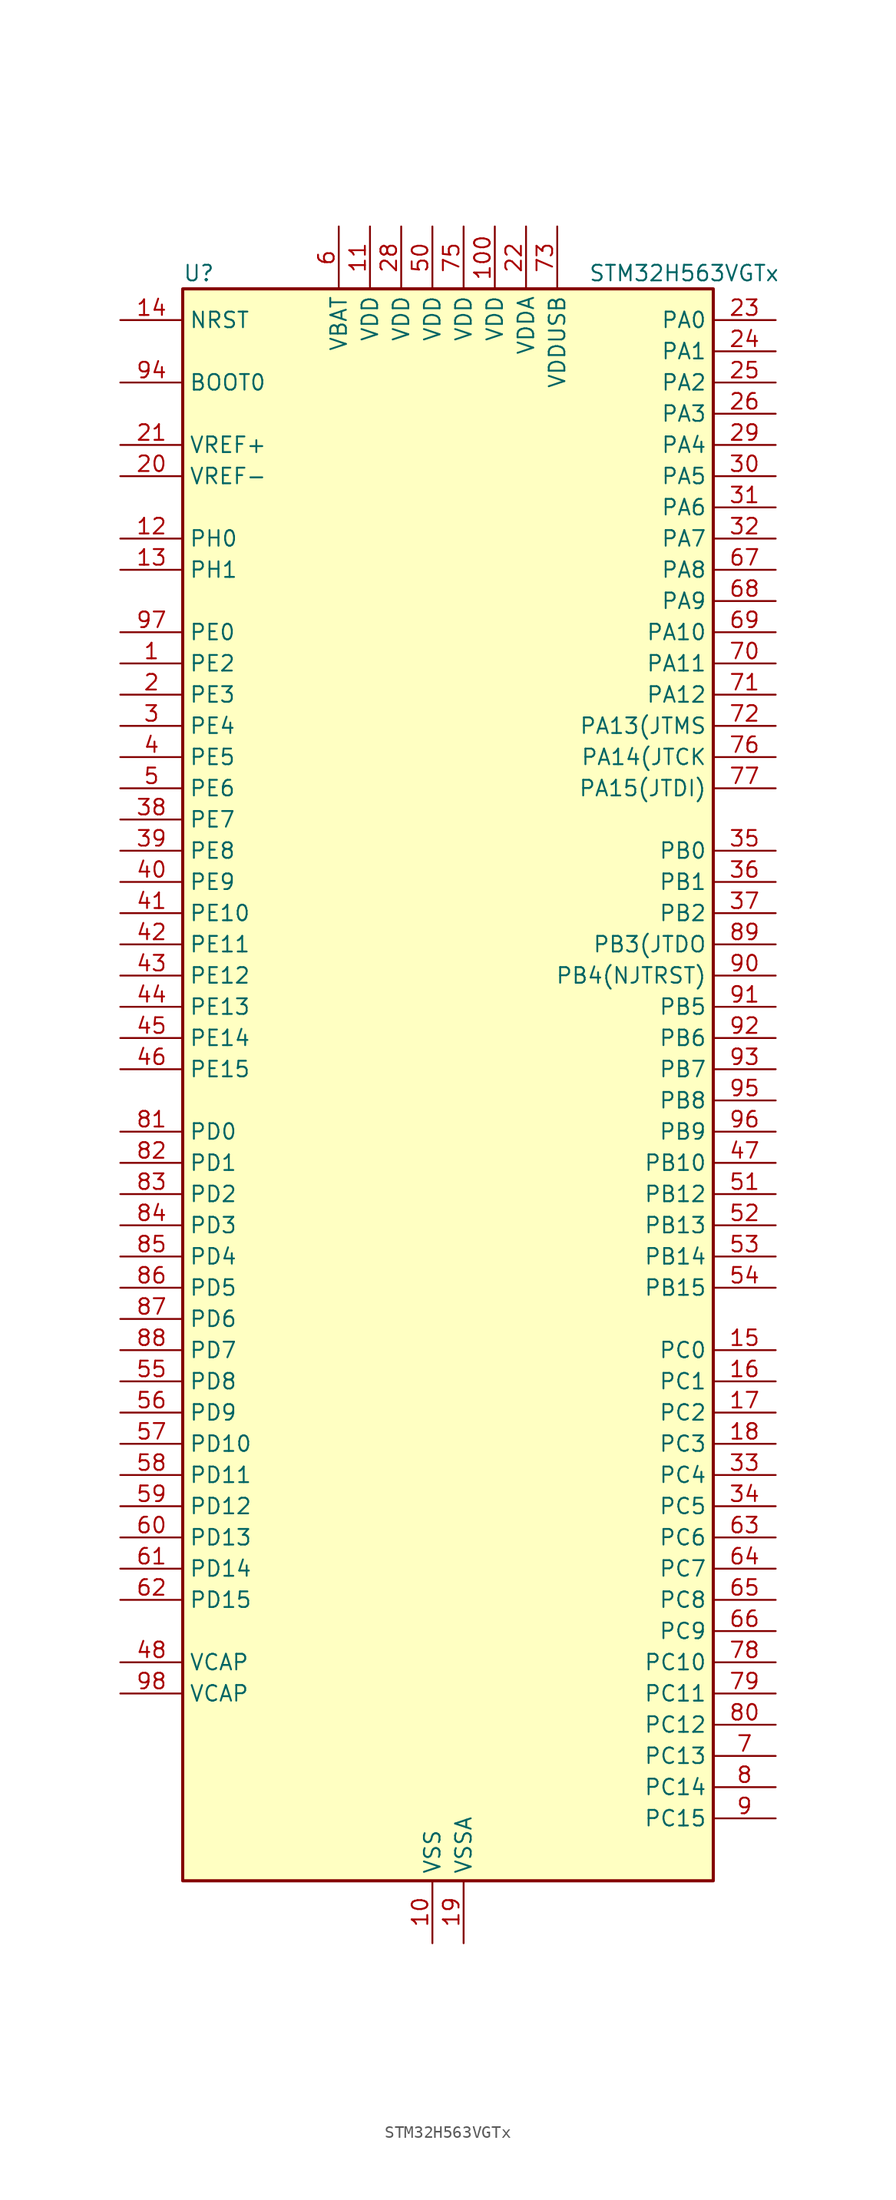
<source format=kicad_sym>
(kicad_symbol_lib
  (version 20231120)
  (generator "kicad-library-utils")
  (generator_version "8.0")
  (symbol "STM32H563VGTx"
    (property "Reference" "U"
      (at -20.32 67.31 0)
      (effects (font (size 1.27 1.27)) (justify left)))
    (property "Value" "STM32H563VGTx"
      (at 12.7 67.31 0)
      (effects (font (size 1.27 1.27)) (justify left)))
    (symbol "STM32H563VGTx_0_1"
      (rectangle (start -20.32 -63.5) (end 22.86 66.04) (stroke (width 0.254) (type default)) (fill (type background))))
    (symbol "STM32H563VGTx_1_1"
      (pin bidirectional line (at -25.4 35.56 0) (length 5.08) (name "PE2" (effects (font (size 1.27 1.27)))) (number "1" (effects (font (size 1.27 1.27)))) (alternate "DCMI_D3" bidirectional line) (alternate "DEBUG_TRACECLK" bidirectional line) (alternate "ETH_TXD3" bidirectional line) (alternate "FMC_A23" bidirectional line) (alternate "LPTIM1_IN2" bidirectional line) (alternate "OCTOSPI1_IO2" bidirectional line) (alternate "PSSI_D3" bidirectional line) (alternate "SAI1_CK1" bidirectional line) (alternate "SAI1_MCLK_A" bidirectional line) (alternate "SPI4_SCK" bidirectional line) (alternate "UART8_TX" bidirectional line) (alternate "USART10_RX" bidirectional line))
      (pin power_in line (at 0 -68.58 90) (length 5.08) (name "VSS" (effects (font (size 1.27 1.27)))) (number "10" (effects (font (size 1.27 1.27)))))
      (pin power_in line (at 5.08 71.12 270) (length 5.08) (name "VDD" (effects (font (size 1.27 1.27)))) (number "100" (effects (font (size 1.27 1.27)))))
      (pin power_in line (at -5.08 71.12 270) (length 5.08) (name "VDD" (effects (font (size 1.27 1.27)))) (number "11" (effects (font (size 1.27 1.27)))))
      (pin bidirectional line (at -25.4 45.72 0) (length 5.08) (name "PH0" (effects (font (size 1.27 1.27)))) (number "12" (effects (font (size 1.27 1.27)))) (alternate "RCC_OSC_IN" bidirectional line))
      (pin bidirectional line (at -25.4 43.18 0) (length 5.08) (name "PH1" (effects (font (size 1.27 1.27)))) (number "13" (effects (font (size 1.27 1.27)))) (alternate "RCC_OSC_OUT" bidirectional line))
      (pin input line (at -25.4 63.5 0) (length 5.08) (name "NRST" (effects (font (size 1.27 1.27)))) (number "14" (effects (font (size 1.27 1.27)))))
      (pin bidirectional line (at 27.94 -20.32 180) (length 5.08) (name "PC0" (effects (font (size 1.27 1.27)))) (number "15" (effects (font (size 1.27 1.27)))) (alternate "ADC1_INP10" bidirectional line) (alternate "ADC2_INP10" bidirectional line) (alternate "FMC_A25" bidirectional line) (alternate "FMC_SDNWE" bidirectional line) (alternate "OCTOSPI1_IO7" bidirectional line) (alternate "SAI1_MCLK_A" bidirectional line) (alternate "SAI2_FS_B" bidirectional line) (alternate "SPI2_RDY" bidirectional line) (alternate "TIM16_BKIN" bidirectional line))
      (pin bidirectional line (at 27.94 -22.86 180) (length 5.08) (name "PC1" (effects (font (size 1.27 1.27)))) (number "16" (effects (font (size 1.27 1.27)))) (alternate "ADC1_INN10" bidirectional line) (alternate "ADC1_INP11" bidirectional line) (alternate "ADC2_INN10" bidirectional line) (alternate "ADC2_INP11" bidirectional line) (alternate "DEBUG_TRACED0" bidirectional line) (alternate "ETH_MDC" bidirectional line) (alternate "I2S2_SDO" bidirectional line) (alternate "OCTOSPI1_IO4" bidirectional line) (alternate "PWR_WKUP6" bidirectional line) (alternate "SAI1_D1" bidirectional line) (alternate "SAI1_SD_A" bidirectional line) (alternate "SAI2_SD_A" bidirectional line) (alternate "SPI2_MOSI" bidirectional line) (alternate "TAMP_IN3" bidirectional line) (alternate "TAMP_OUT5" bidirectional line) (alternate "USART11_RTS" bidirectional line))
      (pin bidirectional line (at 27.94 -25.4 180) (length 5.08) (name "PC2" (effects (font (size 1.27 1.27)))) (number "17" (effects (font (size 1.27 1.27)))) (alternate "ADC1_INN11" bidirectional line) (alternate "ADC1_INP12" bidirectional line) (alternate "ADC2_INN11" bidirectional line) (alternate "ADC2_INP12" bidirectional line) (alternate "ETH_TXD2" bidirectional line) (alternate "FMC_SDNE0" bidirectional line) (alternate "I2S2_SDI" bidirectional line) (alternate "OCTOSPI1_IO2" bidirectional line) (alternate "OCTOSPI1_IO5" bidirectional line) (alternate "PWR_CSLEEP" bidirectional line) (alternate "SPI2_MISO" bidirectional line) (alternate "TIM17_CH1" bidirectional line) (alternate "TIM4_CH4" bidirectional line))
      (pin bidirectional line (at 27.94 -27.94 180) (length 5.08) (name "PC3" (effects (font (size 1.27 1.27)))) (number "18" (effects (font (size 1.27 1.27)))) (alternate "ADC1_INN12" bidirectional line) (alternate "ADC1_INP13" bidirectional line) (alternate "ADC2_INN12" bidirectional line) (alternate "ADC2_INP13" bidirectional line) (alternate "ETH_TX_CLK" bidirectional line) (alternate "FMC_SDCKE0" bidirectional line) (alternate "I2S2_SDO" bidirectional line) (alternate "LPTIM3_CH1" bidirectional line) (alternate "OCTOSPI1_IO0" bidirectional line) (alternate "OCTOSPI1_IO6" bidirectional line) (alternate "PWR_CSTOP" bidirectional line) (alternate "SAI1_D3" bidirectional line) (alternate "SPI2_MOSI" bidirectional line))
      (pin power_in line (at 2.54 -68.58 90) (length 5.08) (name "VSSA" (effects (font (size 1.27 1.27)))) (number "19" (effects (font (size 1.27 1.27)))))
      (pin bidirectional line (at -25.4 33.02 0) (length 5.08) (name "PE3" (effects (font (size 1.27 1.27)))) (number "2" (effects (font (size 1.27 1.27)))) (alternate "DEBUG_TRACED0" bidirectional line) (alternate "FMC_A19" bidirectional line) (alternate "SAI1_SD_B" bidirectional line) (alternate "TAMP_IN6" bidirectional line) (alternate "TAMP_OUT3" bidirectional line) (alternate "TIM15_BKIN" bidirectional line) (alternate "USART10_TX" bidirectional line))
      (pin input line (at -25.4 50.8 0) (length 5.08) (name "VREF-" (effects (font (size 1.27 1.27)))) (number "20" (effects (font (size 1.27 1.27)))))
      (pin input line (at -25.4 53.34 0) (length 5.08) (name "VREF+" (effects (font (size 1.27 1.27)))) (number "21" (effects (font (size 1.27 1.27)))))
      (pin power_in line (at 7.62 71.12 270) (length 5.08) (name "VDDA" (effects (font (size 1.27 1.27)))) (number "22" (effects (font (size 1.27 1.27)))))
      (pin bidirectional line (at 27.94 63.5 180) (length 5.08) (name "PA0" (effects (font (size 1.27 1.27)))) (number "23" (effects (font (size 1.27 1.27)))) (alternate "ADC1_INN1" bidirectional line) (alternate "ADC1_INP0" bidirectional line) (alternate "ADC2_INN1" bidirectional line) (alternate "ADC2_INP0" bidirectional line) (alternate "ETH_CRS" bidirectional line) (alternate "PWR_WKUP1" bidirectional line) (alternate "SAI2_SD_B" bidirectional line) (alternate "SPI3_RDY" bidirectional line) (alternate "SPI6_NSS" bidirectional line) (alternate "TAMP_IN2" bidirectional line) (alternate "TAMP_OUT1" bidirectional line) (alternate "TIM15_BKIN" bidirectional line) (alternate "TIM2_CH1" bidirectional line) (alternate "TIM2_ETR" bidirectional line) (alternate "TIM5_CH1" bidirectional line) (alternate "TIM8_ETR" bidirectional line) (alternate "UART4_TX" bidirectional line) (alternate "USART2_CTS" bidirectional line) (alternate "USART2_NSS" bidirectional line))
      (pin bidirectional line (at 27.94 60.96 180) (length 5.08) (name "PA1" (effects (font (size 1.27 1.27)))) (number "24" (effects (font (size 1.27 1.27)))) (alternate "ADC1_INP1" bidirectional line) (alternate "ADC2_INP1" bidirectional line) (alternate "ETH_REF_CLK" bidirectional line) (alternate "ETH_RX_CLK" bidirectional line) (alternate "LPTIM1_IN1" bidirectional line) (alternate "OCTOSPI1_DQS" bidirectional line) (alternate "OCTOSPI1_IO3" bidirectional line) (alternate "SAI2_MCLK_B" bidirectional line) (alternate "TAMP_IN5" bidirectional line) (alternate "TAMP_OUT4" bidirectional line) (alternate "TIM15_CH1N" bidirectional line) (alternate "TIM2_CH2" bidirectional line) (alternate "TIM5_CH2" bidirectional line) (alternate "UART4_RX" bidirectional line) (alternate "USART2_RTS" bidirectional line))
      (pin bidirectional line (at 27.94 58.42 180) (length 5.08) (name "PA2" (effects (font (size 1.27 1.27)))) (number "25" (effects (font (size 1.27 1.27)))) (alternate "ADC1_INP14" bidirectional line) (alternate "ADC2_INP14" bidirectional line) (alternate "ETH_MDIO" bidirectional line) (alternate "LPTIM1_IN2" bidirectional line) (alternate "PWR_WKUP2" bidirectional line) (alternate "SAI2_SCK_B" bidirectional line) (alternate "TAMP_IN4" bidirectional line) (alternate "TAMP_OUT3" bidirectional line) (alternate "TIM15_CH1" bidirectional line) (alternate "TIM2_CH3" bidirectional line) (alternate "TIM5_CH3" bidirectional line) (alternate "USART2_TX" bidirectional line))
      (pin bidirectional line (at 27.94 55.88 180) (length 5.08) (name "PA3" (effects (font (size 1.27 1.27)))) (number "26" (effects (font (size 1.27 1.27)))) (alternate "ADC1_INP15" bidirectional line) (alternate "ADC2_INP15" bidirectional line) (alternate "ETH_COL" bidirectional line) (alternate "I2S2_WS" bidirectional line) (alternate "OCTOSPI1_CLK" bidirectional line) (alternate "SAI1_SD_B" bidirectional line) (alternate "SPI2_NSS" bidirectional line) (alternate "TIM15_CH2" bidirectional line) (alternate "TIM2_CH4" bidirectional line) (alternate "TIM5_CH4" bidirectional line) (alternate "USART2_RX" bidirectional line))
      (pin passive line (at 0 -68.58 90) (length 5.08) hide (name "VSS" (effects (font (size 1.27 1.27)))) (number "27" (effects (font (size 1.27 1.27)))))
      (pin power_in line (at -2.54 71.12 270) (length 5.08) (name "VDD" (effects (font (size 1.27 1.27)))) (number "28" (effects (font (size 1.27 1.27)))))
      (pin bidirectional line (at 27.94 53.34 180) (length 5.08) (name "PA4" (effects (font (size 1.27 1.27)))) (number "29" (effects (font (size 1.27 1.27)))) (alternate "ADC1_INP18" bidirectional line) (alternate "ADC2_INP18" bidirectional line) (alternate "DAC1_OUT1" bidirectional line) (alternate "DCMI_HSYNC" bidirectional line) (alternate "I2S1_WS" bidirectional line) (alternate "I2S3_WS" bidirectional line) (alternate "LPTIM2_CH1" bidirectional line) (alternate "PSSI_DE" bidirectional line) (alternate "SPI1_NSS" bidirectional line) (alternate "SPI3_NSS" bidirectional line) (alternate "SPI6_NSS" bidirectional line) (alternate "TIM5_ETR" bidirectional line) (alternate "USART2_CK" bidirectional line))
      (pin bidirectional line (at -25.4 30.48 0) (length 5.08) (name "PE4" (effects (font (size 1.27 1.27)))) (number "3" (effects (font (size 1.27 1.27)))) (alternate "DCMI_D4" bidirectional line) (alternate "DEBUG_TRACED1" bidirectional line) (alternate "FMC_A20" bidirectional line) (alternate "PSSI_D4" bidirectional line) (alternate "SAI1_D2" bidirectional line) (alternate "SAI1_FS_A" bidirectional line) (alternate "SPI4_NSS" bidirectional line) (alternate "TAMP_IN7" bidirectional line) (alternate "TAMP_OUT8" bidirectional line) (alternate "TIM15_CH1N" bidirectional line))
      (pin bidirectional line (at 27.94 50.8 180) (length 5.08) (name "PA5" (effects (font (size 1.27 1.27)))) (number "30" (effects (font (size 1.27 1.27)))) (alternate "ADC1_INN18" bidirectional line) (alternate "ADC1_INP19" bidirectional line) (alternate "ADC2_INN18" bidirectional line) (alternate "ADC2_INP19" bidirectional line) (alternate "DAC1_OUT2" bidirectional line) (alternate "ETH_TX_EN" bidirectional line) (alternate "I2S1_CK" bidirectional line) (alternate "PSSI_D14" bidirectional line) (alternate "SPI1_SCK" bidirectional line) (alternate "SPI6_SCK" bidirectional line) (alternate "TIM2_CH1" bidirectional line) (alternate "TIM2_ETR" bidirectional line) (alternate "TIM8_CH1N" bidirectional line))
      (pin bidirectional line (at 27.94 48.26 180) (length 5.08) (name "PA6" (effects (font (size 1.27 1.27)))) (number "31" (effects (font (size 1.27 1.27)))) (alternate "ADC1_INP3" bidirectional line) (alternate "ADC2_INP3" bidirectional line) (alternate "DCMI_PIXCLK" bidirectional line) (alternate "I2S1_SDI" bidirectional line) (alternate "OCTOSPI1_IO3" bidirectional line) (alternate "PSSI_PDCK" bidirectional line) (alternate "SPI1_MISO" bidirectional line) (alternate "SPI6_MISO" bidirectional line) (alternate "TIM13_CH1" bidirectional line) (alternate "TIM1_BKIN" bidirectional line) (alternate "TIM3_CH1" bidirectional line) (alternate "TIM8_BKIN" bidirectional line) (alternate "USART11_TX" bidirectional line))
      (pin bidirectional line (at 27.94 45.72 180) (length 5.08) (name "PA7" (effects (font (size 1.27 1.27)))) (number "32" (effects (font (size 1.27 1.27)))) (alternate "ADC1_INN3" bidirectional line) (alternate "ADC1_INP7" bidirectional line) (alternate "ADC2_INN3" bidirectional line) (alternate "ADC2_INP7" bidirectional line) (alternate "ETH_CRS_DV" bidirectional line) (alternate "ETH_RX_DV" bidirectional line) (alternate "FMC_NWE" bidirectional line) (alternate "FMC_SDNWE" bidirectional line) (alternate "I2S1_SDO" bidirectional line) (alternate "OCTOSPI1_IO2" bidirectional line) (alternate "SPI1_MOSI" bidirectional line) (alternate "SPI6_MOSI" bidirectional line) (alternate "TIM14_CH1" bidirectional line) (alternate "TIM1_CH1N" bidirectional line) (alternate "TIM3_CH2" bidirectional line) (alternate "TIM8_CH1N" bidirectional line) (alternate "USART11_RX" bidirectional line))
      (pin bidirectional line (at 27.94 -30.48 180) (length 5.08) (name "PC4" (effects (font (size 1.27 1.27)))) (number "33" (effects (font (size 1.27 1.27)))) (alternate "ADC1_INP4" bidirectional line) (alternate "ADC2_INP4" bidirectional line) (alternate "ETH_RXD0" bidirectional line) (alternate "FMC_SDNE0" bidirectional line) (alternate "I2S1_MCK" bidirectional line) (alternate "LPTIM2_ETR" bidirectional line) (alternate "SAI1_CK1" bidirectional line) (alternate "TIM2_CH4" bidirectional line) (alternate "USART3_RX" bidirectional line))
      (pin bidirectional line (at 27.94 -33.02 180) (length 5.08) (name "PC5" (effects (font (size 1.27 1.27)))) (number "34" (effects (font (size 1.27 1.27)))) (alternate "ADC1_INN4" bidirectional line) (alternate "ADC1_INP8" bidirectional line) (alternate "ADC2_INN4" bidirectional line) (alternate "ADC2_INP8" bidirectional line) (alternate "ETH_RXD1" bidirectional line) (alternate "FMC_SDCKE0" bidirectional line) (alternate "OCTOSPI1_DQS" bidirectional line) (alternate "PSSI_D15" bidirectional line) (alternate "SAI1_D3" bidirectional line) (alternate "SAI1_FS_A" bidirectional line) (alternate "TIM1_CH4N" bidirectional line) (alternate "UART12_RTS" bidirectional line))
      (pin bidirectional line (at 27.94 20.32 180) (length 5.08) (name "PB0" (effects (font (size 1.27 1.27)))) (number "35" (effects (font (size 1.27 1.27)))) (alternate "ADC1_INN5" bidirectional line) (alternate "ADC1_INP9" bidirectional line) (alternate "ADC2_INN5" bidirectional line) (alternate "ADC2_INP9" bidirectional line) (alternate "ETH_RXD2" bidirectional line) (alternate "LPTIM3_CH1" bidirectional line) (alternate "OCTOSPI1_IO1" bidirectional line) (alternate "TIM1_CH2N" bidirectional line) (alternate "TIM3_CH3" bidirectional line) (alternate "TIM8_CH2N" bidirectional line) (alternate "UART4_CTS" bidirectional line) (alternate "USART11_CK" bidirectional line))
      (pin bidirectional line (at 27.94 17.78 180) (length 5.08) (name "PB1" (effects (font (size 1.27 1.27)))) (number "36" (effects (font (size 1.27 1.27)))) (alternate "ADC1_INP5" bidirectional line) (alternate "ADC2_INP5" bidirectional line) (alternate "ETH_RXD3" bidirectional line) (alternate "LPTIM3_CH2" bidirectional line) (alternate "OCTOSPI1_IO0" bidirectional line) (alternate "TIM1_CH3N" bidirectional line) (alternate "TIM3_CH4" bidirectional line) (alternate "TIM8_CH3N" bidirectional line))
      (pin bidirectional line (at 27.94 15.24 180) (length 5.08) (name "PB2" (effects (font (size 1.27 1.27)))) (number "37" (effects (font (size 1.27 1.27)))) (alternate "I2S3_SDO" bidirectional line) (alternate "LPTIM1_CH1" bidirectional line) (alternate "LPTIM5_ETR" bidirectional line) (alternate "OCTOSPI1_CLK" bidirectional line) (alternate "OCTOSPI1_DQS" bidirectional line) (alternate "RCC_LSCO" bidirectional line) (alternate "RTC_OUT2" bidirectional line) (alternate "SAI1_D1" bidirectional line) (alternate "SAI1_SD_A" bidirectional line) (alternate "SDMMC1_CMD" bidirectional line) (alternate "SPI1_RDY" bidirectional line) (alternate "SPI3_MOSI" bidirectional line) (alternate "TIM8_CH4N" bidirectional line))
      (pin bidirectional line (at -25.4 22.86 0) (length 5.08) (name "PE7" (effects (font (size 1.27 1.27)))) (number "38" (effects (font (size 1.27 1.27)))) (alternate "FMC_D4" bidirectional line) (alternate "FMC_DA4" bidirectional line) (alternate "OCTOSPI1_IO4" bidirectional line) (alternate "TIM1_ETR" bidirectional line) (alternate "UART12_RTS" bidirectional line) (alternate "UART7_RX" bidirectional line))
      (pin bidirectional line (at -25.4 20.32 0) (length 5.08) (name "PE8" (effects (font (size 1.27 1.27)))) (number "39" (effects (font (size 1.27 1.27)))) (alternate "FMC_D5" bidirectional line) (alternate "FMC_DA5" bidirectional line) (alternate "OCTOSPI1_IO5" bidirectional line) (alternate "TIM1_CH1N" bidirectional line) (alternate "UART12_CTS" bidirectional line) (alternate "UART7_TX" bidirectional line))
      (pin bidirectional line (at -25.4 27.94 0) (length 5.08) (name "PE5" (effects (font (size 1.27 1.27)))) (number "4" (effects (font (size 1.27 1.27)))) (alternate "DCMI_D6" bidirectional line) (alternate "DEBUG_TRACED2" bidirectional line) (alternate "FMC_A21" bidirectional line) (alternate "PSSI_D6" bidirectional line) (alternate "SAI1_CK2" bidirectional line) (alternate "SAI1_SCK_A" bidirectional line) (alternate "SPI4_MISO" bidirectional line) (alternate "TAMP_IN8" bidirectional line) (alternate "TAMP_OUT7" bidirectional line) (alternate "TIM15_CH1" bidirectional line))
      (pin bidirectional line (at -25.4 17.78 0) (length 5.08) (name "PE9" (effects (font (size 1.27 1.27)))) (number "40" (effects (font (size 1.27 1.27)))) (alternate "DAC1_EXTI9" bidirectional line) (alternate "FMC_D6" bidirectional line) (alternate "FMC_DA6" bidirectional line) (alternate "OCTOSPI1_IO6" bidirectional line) (alternate "TIM1_CH1" bidirectional line) (alternate "UART12_RX" bidirectional line) (alternate "UART7_RTS" bidirectional line))
      (pin bidirectional line (at -25.4 15.24 0) (length 5.08) (name "PE10" (effects (font (size 1.27 1.27)))) (number "41" (effects (font (size 1.27 1.27)))) (alternate "FMC_D7" bidirectional line) (alternate "FMC_DA7" bidirectional line) (alternate "OCTOSPI1_IO7" bidirectional line) (alternate "TIM1_CH2N" bidirectional line) (alternate "UART12_TX" bidirectional line) (alternate "UART7_CTS" bidirectional line))
      (pin bidirectional line (at -25.4 12.7 0) (length 5.08) (name "PE11" (effects (font (size 1.27 1.27)))) (number "42" (effects (font (size 1.27 1.27)))) (alternate "ADC1_EXTI11" bidirectional line) (alternate "ADC2_EXTI11" bidirectional line) (alternate "FMC_D8" bidirectional line) (alternate "FMC_DA8" bidirectional line) (alternate "OCTOSPI1_NCS" bidirectional line) (alternate "SAI2_SD_B" bidirectional line) (alternate "SPI1_RDY" bidirectional line) (alternate "SPI4_NSS" bidirectional line) (alternate "TIM1_CH2" bidirectional line))
      (pin bidirectional line (at -25.4 10.16 0) (length 5.08) (name "PE12" (effects (font (size 1.27 1.27)))) (number "43" (effects (font (size 1.27 1.27)))) (alternate "FMC_D9" bidirectional line) (alternate "FMC_DA9" bidirectional line) (alternate "SAI2_SCK_B" bidirectional line) (alternate "SPI4_SCK" bidirectional line) (alternate "TIM1_CH3N" bidirectional line))
      (pin bidirectional line (at -25.4 7.62 0) (length 5.08) (name "PE13" (effects (font (size 1.27 1.27)))) (number "44" (effects (font (size 1.27 1.27)))) (alternate "FMC_D10" bidirectional line) (alternate "FMC_DA10" bidirectional line) (alternate "SAI2_FS_B" bidirectional line) (alternate "SPI4_MISO" bidirectional line) (alternate "TIM1_CH3" bidirectional line))
      (pin bidirectional line (at -25.4 5.08 0) (length 5.08) (name "PE14" (effects (font (size 1.27 1.27)))) (number "45" (effects (font (size 1.27 1.27)))) (alternate "FMC_D11" bidirectional line) (alternate "FMC_DA11" bidirectional line) (alternate "SAI2_MCLK_B" bidirectional line) (alternate "SPI4_MOSI" bidirectional line) (alternate "TIM1_CH4" bidirectional line))
      (pin bidirectional line (at -25.4 2.54 0) (length 5.08) (name "PE15" (effects (font (size 1.27 1.27)))) (number "46" (effects (font (size 1.27 1.27)))) (alternate "ADC1_EXTI15" bidirectional line) (alternate "ADC2_EXTI15" bidirectional line) (alternate "FMC_D12" bidirectional line) (alternate "FMC_DA12" bidirectional line) (alternate "TIM1_BKIN" bidirectional line) (alternate "TIM1_CH4N" bidirectional line) (alternate "USART10_CK" bidirectional line))
      (pin bidirectional line (at 27.94 -5.08 180) (length 5.08) (name "PB10" (effects (font (size 1.27 1.27)))) (number "47" (effects (font (size 1.27 1.27)))) (alternate "ETH_RX_ER" bidirectional line) (alternate "I2C2_SCL" bidirectional line) (alternate "I2S2_CK" bidirectional line) (alternate "LPTIM2_IN1" bidirectional line) (alternate "LPTIM3_CH1" bidirectional line) (alternate "OCTOSPI1_NCS" bidirectional line) (alternate "SPI2_SCK" bidirectional line) (alternate "TIM2_CH3" bidirectional line) (alternate "USART3_TX" bidirectional line))
      (pin power_out line (at -25.4 -45.72 0) (length 5.08) (name "VCAP" (effects (font (size 1.27 1.27)))) (number "48" (effects (font (size 1.27 1.27)))))
      (pin passive line (at 0 -68.58 90) (length 5.08) hide (name "VSS" (effects (font (size 1.27 1.27)))) (number "49" (effects (font (size 1.27 1.27)))))
      (pin bidirectional line (at -25.4 25.4 0) (length 5.08) (name "PE6" (effects (font (size 1.27 1.27)))) (number "5" (effects (font (size 1.27 1.27)))) (alternate "DCMI_D7" bidirectional line) (alternate "DEBUG_TRACED3" bidirectional line) (alternate "FMC_A22" bidirectional line) (alternate "PSSI_D7" bidirectional line) (alternate "SAI1_D1" bidirectional line) (alternate "SAI1_SD_A" bidirectional line) (alternate "SAI2_MCLK_B" bidirectional line) (alternate "SPI4_MOSI" bidirectional line) (alternate "TAMP_IN3" bidirectional line) (alternate "TAMP_OUT6" bidirectional line) (alternate "TIM15_CH2" bidirectional line) (alternate "TIM1_BKIN2" bidirectional line))
      (pin power_in line (at 0 71.12 270) (length 5.08) (name "VDD" (effects (font (size 1.27 1.27)))) (number "50" (effects (font (size 1.27 1.27)))))
      (pin bidirectional line (at 27.94 -7.62 180) (length 5.08) (name "PB12" (effects (font (size 1.27 1.27)))) (number "51" (effects (font (size 1.27 1.27)))) (alternate "ETH_TXD0" bidirectional line) (alternate "FDCAN2_RX" bidirectional line) (alternate "I2C2_SDA" bidirectional line) (alternate "I2S2_WS" bidirectional line) (alternate "OCTOSPI1_NCLK" bidirectional line) (alternate "SPI2_NSS" bidirectional line) (alternate "TIM1_BKIN" bidirectional line) (alternate "UART5_RX" bidirectional line) (alternate "UCPD1_FRSTX" bidirectional line) (alternate "USART3_CK" bidirectional line))
      (pin bidirectional line (at 27.94 -10.16 180) (length 5.08) (name "PB13" (effects (font (size 1.27 1.27)))) (number "52" (effects (font (size 1.27 1.27)))) (alternate "FDCAN2_TX" bidirectional line) (alternate "I2C2_SMBA" bidirectional line) (alternate "I2S2_CK" bidirectional line) (alternate "LPTIM2_CH1" bidirectional line) (alternate "LPTIM3_IN1" bidirectional line) (alternate "SDMMC1_D0" bidirectional line) (alternate "SPI2_SCK" bidirectional line) (alternate "TIM1_CH1N" bidirectional line) (alternate "UART5_TX" bidirectional line) (alternate "UCPD1_CC1" bidirectional line) (alternate "USART3_CTS" bidirectional line) (alternate "USART3_NSS" bidirectional line))
      (pin bidirectional line (at 27.94 -12.7 180) (length 5.08) (name "PB14" (effects (font (size 1.27 1.27)))) (number "53" (effects (font (size 1.27 1.27)))) (alternate "I2S2_SDI" bidirectional line) (alternate "LPTIM3_ETR" bidirectional line) (alternate "SPI2_MISO" bidirectional line) (alternate "TIM12_CH1" bidirectional line) (alternate "TIM1_CH2N" bidirectional line) (alternate "TIM8_CH2N" bidirectional line) (alternate "UART4_DE" bidirectional line) (alternate "UART4_RTS" bidirectional line) (alternate "UCPD1_CC2" bidirectional line) (alternate "USART1_TX" bidirectional line) (alternate "USART3_RTS" bidirectional line))
      (pin bidirectional line (at 27.94 -15.24 180) (length 5.08) (name "PB15" (effects (font (size 1.27 1.27)))) (number "54" (effects (font (size 1.27 1.27)))) (alternate "ADC1_EXTI15" bidirectional line) (alternate "ADC2_EXTI15" bidirectional line) (alternate "DCMI_D2" bidirectional line) (alternate "ETH_TXD1" bidirectional line) (alternate "I2S2_SDO" bidirectional line) (alternate "OCTOSPI1_CLK" bidirectional line) (alternate "PSSI_D2" bidirectional line) (alternate "PWR_PVD_IN" bidirectional line) (alternate "RTC_REFIN" bidirectional line) (alternate "SPI2_MOSI" bidirectional line) (alternate "TIM12_CH2" bidirectional line) (alternate "TIM1_CH3N" bidirectional line) (alternate "TIM8_CH3N" bidirectional line) (alternate "UART4_CTS" bidirectional line) (alternate "UART5_RX" bidirectional line) (alternate "USART11_CTS" bidirectional line) (alternate "USART11_NSS" bidirectional line) (alternate "USART1_RX" bidirectional line))
      (pin bidirectional line (at -25.4 -22.86 0) (length 5.08) (name "PD8" (effects (font (size 1.27 1.27)))) (number "55" (effects (font (size 1.27 1.27)))) (alternate "FMC_D13" bidirectional line) (alternate "FMC_DA13" bidirectional line) (alternate "USART3_TX" bidirectional line))
      (pin bidirectional line (at -25.4 -25.4 0) (length 5.08) (name "PD9" (effects (font (size 1.27 1.27)))) (number "56" (effects (font (size 1.27 1.27)))) (alternate "DAC1_EXTI9" bidirectional line) (alternate "FDCAN2_RX" bidirectional line) (alternate "FMC_D14" bidirectional line) (alternate "FMC_DA14" bidirectional line) (alternate "USART3_RX" bidirectional line))
      (pin bidirectional line (at -25.4 -27.94 0) (length 5.08) (name "PD10" (effects (font (size 1.27 1.27)))) (number "57" (effects (font (size 1.27 1.27)))) (alternate "FMC_D15" bidirectional line) (alternate "FMC_DA15" bidirectional line) (alternate "LPTIM2_CH2" bidirectional line) (alternate "USART3_CK" bidirectional line))
      (pin bidirectional line (at -25.4 -30.48 0) (length 5.08) (name "PD11" (effects (font (size 1.27 1.27)))) (number "58" (effects (font (size 1.27 1.27)))) (alternate "ADC1_EXTI11" bidirectional line) (alternate "ADC2_EXTI11" bidirectional line) (alternate "FMC_A16" bidirectional line) (alternate "FMC_CLE" bidirectional line) (alternate "I2C4_SMBA" bidirectional line) (alternate "LPTIM2_IN2" bidirectional line) (alternate "OCTOSPI1_IO0" bidirectional line) (alternate "SAI1_CK1" bidirectional line) (alternate "SAI2_SD_A" bidirectional line) (alternate "UART4_RX" bidirectional line) (alternate "USART3_CTS" bidirectional line) (alternate "USART3_NSS" bidirectional line))
      (pin bidirectional line (at -25.4 -33.02 0) (length 5.08) (name "PD12" (effects (font (size 1.27 1.27)))) (number "59" (effects (font (size 1.27 1.27)))) (alternate "DCMI_D12" bidirectional line) (alternate "FMC_A17" bidirectional line) (alternate "FMC_ALE" bidirectional line) (alternate "I2C4_SCL" bidirectional line) (alternate "I3C1_SCL" bidirectional line) (alternate "LPTIM1_IN1" bidirectional line) (alternate "LPTIM2_IN1" bidirectional line) (alternate "OCTOSPI1_IO1" bidirectional line) (alternate "PSSI_D12" bidirectional line) (alternate "SAI1_D1" bidirectional line) (alternate "SAI2_FS_A" bidirectional line) (alternate "TIM4_CH1" bidirectional line) (alternate "UART4_TX" bidirectional line) (alternate "USART3_RTS" bidirectional line))
      (pin power_in line (at -7.62 71.12 270) (length 5.08) (name "VBAT" (effects (font (size 1.27 1.27)))) (number "6" (effects (font (size 1.27 1.27)))))
      (pin bidirectional line (at -25.4 -35.56 0) (length 5.08) (name "PD13" (effects (font (size 1.27 1.27)))) (number "60" (effects (font (size 1.27 1.27)))) (alternate "DCMI_D13" bidirectional line) (alternate "FMC_A18" bidirectional line) (alternate "I2C4_SDA" bidirectional line) (alternate "I3C1_SDA" bidirectional line) (alternate "LPTIM1_CH1" bidirectional line) (alternate "LPTIM2_CH1" bidirectional line) (alternate "LPTIM4_IN1" bidirectional line) (alternate "OCTOSPI1_IO3" bidirectional line) (alternate "PSSI_D13" bidirectional line) (alternate "SAI2_SCK_A" bidirectional line) (alternate "TIM4_CH2" bidirectional line) (alternate "UART9_RTS" bidirectional line))
      (pin bidirectional line (at -25.4 -38.1 0) (length 5.08) (name "PD14" (effects (font (size 1.27 1.27)))) (number "61" (effects (font (size 1.27 1.27)))) (alternate "FMC_D0" bidirectional line) (alternate "FMC_DA0" bidirectional line) (alternate "TIM4_CH3" bidirectional line) (alternate "UART8_CTS" bidirectional line) (alternate "UART9_RX" bidirectional line))
      (pin bidirectional line (at -25.4 -40.64 0) (length 5.08) (name "PD15" (effects (font (size 1.27 1.27)))) (number "62" (effects (font (size 1.27 1.27)))) (alternate "ADC1_EXTI15" bidirectional line) (alternate "ADC2_EXTI15" bidirectional line) (alternate "FMC_D1" bidirectional line) (alternate "FMC_DA1" bidirectional line) (alternate "TIM4_CH4" bidirectional line) (alternate "UART8_RTS" bidirectional line) (alternate "UART9_TX" bidirectional line))
      (pin bidirectional line (at 27.94 -35.56 180) (length 5.08) (name "PC6" (effects (font (size 1.27 1.27)))) (number "63" (effects (font (size 1.27 1.27)))) (alternate "DCMI_D0" bidirectional line) (alternate "FMC_NWAIT" bidirectional line) (alternate "I2S2_MCK" bidirectional line) (alternate "OCTOSPI1_IO5" bidirectional line) (alternate "PSSI_D0" bidirectional line) (alternate "SAI1_SCK_A" bidirectional line) (alternate "SDMMC1_D0DIR" bidirectional line) (alternate "SDMMC1_D6" bidirectional line) (alternate "TIM3_CH1" bidirectional line) (alternate "TIM8_CH1" bidirectional line) (alternate "USART6_TX" bidirectional line))
      (pin bidirectional line (at 27.94 -38.1 180) (length 5.08) (name "PC7" (effects (font (size 1.27 1.27)))) (number "64" (effects (font (size 1.27 1.27)))) (alternate "DCMI_D1" bidirectional line) (alternate "DEBUG_TRGIO" bidirectional line) (alternate "FMC_NE1" bidirectional line) (alternate "I2S3_MCK" bidirectional line) (alternate "OCTOSPI1_IO6" bidirectional line) (alternate "PSSI_D1" bidirectional line) (alternate "SDMMC1_D123DIR" bidirectional line) (alternate "SDMMC1_D7" bidirectional line) (alternate "TIM3_CH2" bidirectional line) (alternate "TIM8_CH2" bidirectional line) (alternate "USART6_RX" bidirectional line))
      (pin bidirectional line (at 27.94 -40.64 180) (length 5.08) (name "PC8" (effects (font (size 1.27 1.27)))) (number "65" (effects (font (size 1.27 1.27)))) (alternate "DCMI_D2" bidirectional line) (alternate "DEBUG_TRACED1" bidirectional line) (alternate "FMC_ALE" bidirectional line) (alternate "FMC_INT" bidirectional line) (alternate "FMC_NCE" bidirectional line) (alternate "FMC_NE2" bidirectional line) (alternate "PSSI_D2" bidirectional line) (alternate "SDMMC1_D0" bidirectional line) (alternate "TIM3_CH3" bidirectional line) (alternate "TIM8_CH3" bidirectional line) (alternate "UART5_DE" bidirectional line) (alternate "UART5_RTS" bidirectional line) (alternate "USART6_CK" bidirectional line))
      (pin bidirectional line (at 27.94 -43.18 180) (length 5.08) (name "PC9" (effects (font (size 1.27 1.27)))) (number "66" (effects (font (size 1.27 1.27)))) (alternate "AUDIOCLK" bidirectional line) (alternate "DAC1_EXTI9" bidirectional line) (alternate "DCMI_D3" bidirectional line) (alternate "FMC_CLE" bidirectional line) (alternate "I2C3_SDA" bidirectional line) (alternate "OCTOSPI1_IO0" bidirectional line) (alternate "PSSI_D3" bidirectional line) (alternate "RCC_MCO_2" bidirectional line) (alternate "SDMMC1_D1" bidirectional line) (alternate "TIM3_CH4" bidirectional line) (alternate "TIM8_CH4" bidirectional line) (alternate "UART5_CTS" bidirectional line) (alternate "UCPD1_DB2" bidirectional line))
      (pin bidirectional line (at 27.94 43.18 180) (length 5.08) (name "PA8" (effects (font (size 1.27 1.27)))) (number "67" (effects (font (size 1.27 1.27)))) (alternate "DCMI_D3" bidirectional line) (alternate "FMC_NOE" bidirectional line) (alternate "I2C3_SCL" bidirectional line) (alternate "PSSI_D3" bidirectional line) (alternate "RCC_MCO_1" bidirectional line) (alternate "SPI1_RDY" bidirectional line) (alternate "TIM1_CH1" bidirectional line) (alternate "TIM8_BKIN2" bidirectional line) (alternate "UART7_RX" bidirectional line) (alternate "USART1_CK" bidirectional line) (alternate "USB_SOF" bidirectional line))
      (pin bidirectional line (at 27.94 40.64 180) (length 5.08) (name "PA9" (effects (font (size 1.27 1.27)))) (number "68" (effects (font (size 1.27 1.27)))) (alternate "DAC1_EXTI9" bidirectional line) (alternate "DCMI_D0" bidirectional line) (alternate "ETH_TX_ER" bidirectional line) (alternate "FMC_NWE" bidirectional line) (alternate "I2C3_SMBA" bidirectional line) (alternate "I2S2_CK" bidirectional line) (alternate "LPUART1_TX" bidirectional line) (alternate "PSSI_D0" bidirectional line) (alternate "SPI2_SCK" bidirectional line) (alternate "TIM1_CH2" bidirectional line) (alternate "UCPD1_DB1" bidirectional line) (alternate "USART1_TX" bidirectional line))
      (pin bidirectional line (at 27.94 38.1 180) (length 5.08) (name "PA10" (effects (font (size 1.27 1.27)))) (number "69" (effects (font (size 1.27 1.27)))) (alternate "DCMI_D1" bidirectional line) (alternate "FDCAN2_TX" bidirectional line) (alternate "LPTIM2_IN2" bidirectional line) (alternate "LPUART1_RX" bidirectional line) (alternate "PSSI_D1" bidirectional line) (alternate "SDMMC1_D0" bidirectional line) (alternate "TIM1_CH3" bidirectional line) (alternate "UCPD1_FRSTX" bidirectional line) (alternate "USART1_RX" bidirectional line))
      (pin bidirectional line (at 27.94 -53.34 180) (length 5.08) (name "PC13" (effects (font (size 1.27 1.27)))) (number "7" (effects (font (size 1.27 1.27)))) (alternate "PWR_WKUP4" bidirectional line) (alternate "RTC_OUT1" bidirectional line) (alternate "RTC_TS" bidirectional line) (alternate "TAMP_IN1" bidirectional line) (alternate "TAMP_OUT2" bidirectional line) (alternate "TAMP_OUT3" bidirectional line))
      (pin bidirectional line (at 27.94 35.56 180) (length 5.08) (name "PA11" (effects (font (size 1.27 1.27)))) (number "70" (effects (font (size 1.27 1.27)))) (alternate "ADC1_EXTI11" bidirectional line) (alternate "ADC2_EXTI11" bidirectional line) (alternate "FDCAN1_RX" bidirectional line) (alternate "I2S2_WS" bidirectional line) (alternate "LPUART1_CTS" bidirectional line) (alternate "SPI2_NSS" bidirectional line) (alternate "TIM1_CH4" bidirectional line) (alternate "UART4_RX" bidirectional line) (alternate "USART1_CTS" bidirectional line) (alternate "USART1_NSS" bidirectional line) (alternate "USB_DM" bidirectional line))
      (pin bidirectional line (at 27.94 33.02 180) (length 5.08) (name "PA12" (effects (font (size 1.27 1.27)))) (number "71" (effects (font (size 1.27 1.27)))) (alternate "FDCAN1_TX" bidirectional line) (alternate "I2S2_CK" bidirectional line) (alternate "LPUART1_RTS" bidirectional line) (alternate "SAI2_FS_B" bidirectional line) (alternate "SPI2_SCK" bidirectional line) (alternate "TIM1_ETR" bidirectional line) (alternate "UART4_TX" bidirectional line) (alternate "USART1_RTS" bidirectional line) (alternate "USB_DP" bidirectional line))
      (pin bidirectional line (at 27.94 30.48 180) (length 5.08) (name "PA13(JTMS" (effects (font (size 1.27 1.27)))) (number "72" (effects (font (size 1.27 1.27)))) (alternate "DEBUG_JTMS-SWDIO" bidirectional line))
      (pin power_in line (at 10.16 71.12 270) (length 5.08) (name "VDDUSB" (effects (font (size 1.27 1.27)))) (number "73" (effects (font (size 1.27 1.27)))))
      (pin passive line (at 0 -68.58 90) (length 5.08) hide (name "VSS" (effects (font (size 1.27 1.27)))) (number "74" (effects (font (size 1.27 1.27)))))
      (pin power_in line (at 2.54 71.12 270) (length 5.08) (name "VDD" (effects (font (size 1.27 1.27)))) (number "75" (effects (font (size 1.27 1.27)))))
      (pin bidirectional line (at 27.94 27.94 180) (length 5.08) (name "PA14(JTCK" (effects (font (size 1.27 1.27)))) (number "76" (effects (font (size 1.27 1.27)))) (alternate "DEBUG_JTCK-SWCLK" bidirectional line))
      (pin bidirectional line (at 27.94 25.4 180) (length 5.08) (name "PA15(JTDI)" (effects (font (size 1.27 1.27)))) (number "77" (effects (font (size 1.27 1.27)))) (alternate "ADC1_EXTI15" bidirectional line) (alternate "ADC2_EXTI15" bidirectional line) (alternate "CEC" bidirectional line) (alternate "DCMI_D11" bidirectional line) (alternate "DEBUG_JTDI" bidirectional line) (alternate "FMC_NBL1" bidirectional line) (alternate "I2S1_WS" bidirectional line) (alternate "I2S3_WS" bidirectional line) (alternate "LPTIM3_IN2" bidirectional line) (alternate "PSSI_D11" bidirectional line) (alternate "SPI1_NSS" bidirectional line) (alternate "SPI3_NSS" bidirectional line) (alternate "SPI6_NSS" bidirectional line) (alternate "TIM2_CH1" bidirectional line) (alternate "TIM2_ETR" bidirectional line) (alternate "UART4_DE" bidirectional line) (alternate "UART4_RTS" bidirectional line) (alternate "UART7_TX" bidirectional line))
      (pin bidirectional line (at 27.94 -45.72 180) (length 5.08) (name "PC10" (effects (font (size 1.27 1.27)))) (number "78" (effects (font (size 1.27 1.27)))) (alternate "DCMI_D8" bidirectional line) (alternate "ETH_TXD0" bidirectional line) (alternate "I2S3_CK" bidirectional line) (alternate "LPTIM3_ETR" bidirectional line) (alternate "OCTOSPI1_IO1" bidirectional line) (alternate "PSSI_D8" bidirectional line) (alternate "SDMMC1_D2" bidirectional line) (alternate "SPI3_SCK" bidirectional line) (alternate "UART4_TX" bidirectional line) (alternate "USART3_TX" bidirectional line))
      (pin bidirectional line (at 27.94 -48.26 180) (length 5.08) (name "PC11" (effects (font (size 1.27 1.27)))) (number "79" (effects (font (size 1.27 1.27)))) (alternate "ADC1_EXTI11" bidirectional line) (alternate "ADC2_EXTI11" bidirectional line) (alternate "DCMI_D4" bidirectional line) (alternate "I2S3_SDI" bidirectional line) (alternate "LPTIM3_IN1" bidirectional line) (alternate "OCTOSPI1_NCS" bidirectional line) (alternate "PSSI_D4" bidirectional line) (alternate "SDMMC1_D3" bidirectional line) (alternate "SPI3_MISO" bidirectional line) (alternate "UART4_RX" bidirectional line) (alternate "USART3_RX" bidirectional line))
      (pin bidirectional line (at 27.94 -55.88 180) (length 5.08) (name "PC14" (effects (font (size 1.27 1.27)))) (number "8" (effects (font (size 1.27 1.27)))) (alternate "RCC_OSC32_IN" bidirectional line))
      (pin bidirectional line (at 27.94 -50.8 180) (length 5.08) (name "PC12" (effects (font (size 1.27 1.27)))) (number "80" (effects (font (size 1.27 1.27)))) (alternate "DCMI_D9" bidirectional line) (alternate "DEBUG_TRACED3" bidirectional line) (alternate "I2S3_SDO" bidirectional line) (alternate "PSSI_D9" bidirectional line) (alternate "SDMMC1_CK" bidirectional line) (alternate "SPI3_MOSI" bidirectional line) (alternate "SPI6_SCK" bidirectional line) (alternate "TIM15_CH1" bidirectional line) (alternate "UART5_TX" bidirectional line) (alternate "USART3_CK" bidirectional line))
      (pin bidirectional line (at -25.4 -2.54 0) (length 5.08) (name "PD0" (effects (font (size 1.27 1.27)))) (number "81" (effects (font (size 1.27 1.27)))) (alternate "FDCAN1_RX" bidirectional line) (alternate "FMC_D2" bidirectional line) (alternate "FMC_DA2" bidirectional line) (alternate "TIM8_CH4N" bidirectional line) (alternate "UART4_RX" bidirectional line) (alternate "UART9_CTS" bidirectional line))
      (pin bidirectional line (at -25.4 -5.08 0) (length 5.08) (name "PD1" (effects (font (size 1.27 1.27)))) (number "82" (effects (font (size 1.27 1.27)))) (alternate "FDCAN1_TX" bidirectional line) (alternate "FMC_D3" bidirectional line) (alternate "FMC_DA3" bidirectional line) (alternate "UART4_TX" bidirectional line))
      (pin bidirectional line (at -25.4 -7.62 0) (length 5.08) (name "PD2" (effects (font (size 1.27 1.27)))) (number "83" (effects (font (size 1.27 1.27)))) (alternate "DCMI_D11" bidirectional line) (alternate "DEBUG_TRACED2" bidirectional line) (alternate "LPTIM4_ETR" bidirectional line) (alternate "PSSI_D11" bidirectional line) (alternate "PWR_WKUP7" bidirectional line) (alternate "SDMMC1_CMD" bidirectional line) (alternate "TIM15_BKIN" bidirectional line) (alternate "TIM3_ETR" bidirectional line) (alternate "UART5_RX" bidirectional line))
      (pin bidirectional line (at -25.4 -10.16 0) (length 5.08) (name "PD3" (effects (font (size 1.27 1.27)))) (number "84" (effects (font (size 1.27 1.27)))) (alternate "DCMI_D5" bidirectional line) (alternate "FMC_CLK" bidirectional line) (alternate "I2S2_CK" bidirectional line) (alternate "PSSI_D5" bidirectional line) (alternate "PWR_WKUP8" bidirectional line) (alternate "SPI2_SCK" bidirectional line) (alternate "USART2_CTS" bidirectional line) (alternate "USART2_NSS" bidirectional line))
      (pin bidirectional line (at -25.4 -12.7 0) (length 5.08) (name "PD4" (effects (font (size 1.27 1.27)))) (number "85" (effects (font (size 1.27 1.27)))) (alternate "FMC_NOE" bidirectional line) (alternate "OCTOSPI1_IO4" bidirectional line) (alternate "USART2_RTS" bidirectional line))
      (pin bidirectional line (at -25.4 -15.24 0) (length 5.08) (name "PD5" (effects (font (size 1.27 1.27)))) (number "86" (effects (font (size 1.27 1.27)))) (alternate "FDCAN1_TX" bidirectional line) (alternate "FMC_NWE" bidirectional line) (alternate "OCTOSPI1_IO5" bidirectional line) (alternate "SPI2_RDY" bidirectional line) (alternate "TIM1_CH4N" bidirectional line) (alternate "USART2_TX" bidirectional line))
      (pin bidirectional line (at -25.4 -17.78 0) (length 5.08) (name "PD6" (effects (font (size 1.27 1.27)))) (number "87" (effects (font (size 1.27 1.27)))) (alternate "DCMI_D10" bidirectional line) (alternate "FMC_NWAIT" bidirectional line) (alternate "I2S3_SDO" bidirectional line) (alternate "OCTOSPI1_IO6" bidirectional line) (alternate "PSSI_D10" bidirectional line) (alternate "SAI1_D1" bidirectional line) (alternate "SAI1_SD_A" bidirectional line) (alternate "SPI3_MOSI" bidirectional line) (alternate "USART2_RX" bidirectional line))
      (pin bidirectional line (at -25.4 -20.32 0) (length 5.08) (name "PD7" (effects (font (size 1.27 1.27)))) (number "88" (effects (font (size 1.27 1.27)))) (alternate "FMC_NCE" bidirectional line) (alternate "FMC_NE1" bidirectional line) (alternate "I2S1_SDO" bidirectional line) (alternate "LPTIM4_OUT" bidirectional line) (alternate "OCTOSPI1_IO7" bidirectional line) (alternate "SPI1_MOSI" bidirectional line) (alternate "USART2_CK" bidirectional line))
      (pin bidirectional line (at 27.94 12.7 180) (length 5.08) (name "PB3(JTDO" (effects (font (size 1.27 1.27)))) (number "89" (effects (font (size 1.27 1.27)))) (alternate "CRS_SYNC" bidirectional line) (alternate "DEBUG_JTDO-SWO" bidirectional line) (alternate "I2C2_SDA" bidirectional line) (alternate "I2S1_CK" bidirectional line) (alternate "I2S3_CK" bidirectional line) (alternate "LPTIM6_ETR" bidirectional line) (alternate "SPI1_SCK" bidirectional line) (alternate "SPI3_SCK" bidirectional line) (alternate "SPI6_SCK" bidirectional line) (alternate "TIM2_CH2" bidirectional line) (alternate "UART12_CTS" bidirectional line) (alternate "UART7_RX" bidirectional line))
      (pin bidirectional line (at 27.94 -58.42 180) (length 5.08) (name "PC15" (effects (font (size 1.27 1.27)))) (number "9" (effects (font (size 1.27 1.27)))) (alternate "ADC1_EXTI15" bidirectional line) (alternate "ADC2_EXTI15" bidirectional line) (alternate "RCC_OSC32_OUT" bidirectional line))
      (pin bidirectional line (at 27.94 10.16 180) (length 5.08) (name "PB4(NJTRST)" (effects (font (size 1.27 1.27)))) (number "90" (effects (font (size 1.27 1.27)))) (alternate "DCMI_D7" bidirectional line) (alternate "DEBUG_JTRST" bidirectional line) (alternate "I2S1_SDI" bidirectional line) (alternate "I2S2_WS" bidirectional line) (alternate "I2S3_SDI" bidirectional line) (alternate "LPTIM1_CH2" bidirectional line) (alternate "OCTOSPI1_CLK" bidirectional line) (alternate "PSSI_D7" bidirectional line) (alternate "SPI1_MISO" bidirectional line) (alternate "SPI2_NSS" bidirectional line) (alternate "SPI3_MISO" bidirectional line) (alternate "SPI6_MISO" bidirectional line) (alternate "TIM16_BKIN" bidirectional line) (alternate "TIM3_CH1" bidirectional line) (alternate "UART7_TX" bidirectional line))
      (pin bidirectional line (at 27.94 7.62 180) (length 5.08) (name "PB5" (effects (font (size 1.27 1.27)))) (number "91" (effects (font (size 1.27 1.27)))) (alternate "DCMI_D10" bidirectional line) (alternate "ETH_PPS_OUT" bidirectional line) (alternate "FDCAN2_RX" bidirectional line) (alternate "FMC_SDCKE1" bidirectional line) (alternate "I2C1_SMBA" bidirectional line) (alternate "I2C4_SMBA" bidirectional line) (alternate "I2S1_SDO" bidirectional line) (alternate "I2S3_SDO" bidirectional line) (alternate "OCTOSPI1_NCLK" bidirectional line) (alternate "PSSI_D10" bidirectional line) (alternate "SPI1_MOSI" bidirectional line) (alternate "SPI3_MOSI" bidirectional line) (alternate "SPI6_MOSI" bidirectional line) (alternate "TIM17_BKIN" bidirectional line) (alternate "TIM3_CH2" bidirectional line) (alternate "UART5_RX" bidirectional line))
      (pin bidirectional line (at 27.94 5.08 180) (length 5.08) (name "PB6" (effects (font (size 1.27 1.27)))) (number "92" (effects (font (size 1.27 1.27)))) (alternate "CEC" bidirectional line) (alternate "DCMI_D5" bidirectional line) (alternate "FDCAN2_TX" bidirectional line) (alternate "FMC_SDNE1" bidirectional line) (alternate "I2C1_SCL" bidirectional line) (alternate "I2C4_SCL" bidirectional line) (alternate "I3C1_SCL" bidirectional line) (alternate "LPUART1_TX" bidirectional line) (alternate "OCTOSPI1_NCS" bidirectional line) (alternate "PSSI_D5" bidirectional line) (alternate "TIM16_CH1N" bidirectional line) (alternate "TIM4_CH1" bidirectional line) (alternate "UART5_TX" bidirectional line) (alternate "USART1_TX" bidirectional line))
      (pin bidirectional line (at 27.94 2.54 180) (length 5.08) (name "PB7" (effects (font (size 1.27 1.27)))) (number "93" (effects (font (size 1.27 1.27)))) (alternate "DCMI_VSYNC" bidirectional line) (alternate "FDCAN1_TX" bidirectional line) (alternate "FMC_NL" bidirectional line) (alternate "I2C1_SDA" bidirectional line) (alternate "I2C4_SDA" bidirectional line) (alternate "I3C1_SDA" bidirectional line) (alternate "LPUART1_RX" bidirectional line) (alternate "PSSI_RDY" bidirectional line) (alternate "PWR_WKUP5" bidirectional line) (alternate "TIM17_CH1N" bidirectional line) (alternate "TIM4_CH2" bidirectional line) (alternate "USART1_RX" bidirectional line))
      (pin input line (at -25.4 58.42 0) (length 5.08) (name "BOOT0" (effects (font (size 1.27 1.27)))) (number "94" (effects (font (size 1.27 1.27)))))
      (pin bidirectional line (at 27.94 0 180) (length 5.08) (name "PB8" (effects (font (size 1.27 1.27)))) (number "95" (effects (font (size 1.27 1.27)))) (alternate "DCMI_D6" bidirectional line) (alternate "ETH_TXD3" bidirectional line) (alternate "FDCAN1_RX" bidirectional line) (alternate "I2C1_SCL" bidirectional line) (alternate "I2C4_SCL" bidirectional line) (alternate "I3C1_SCL" bidirectional line) (alternate "PSSI_D6" bidirectional line) (alternate "SDMMC1_CKIN" bidirectional line) (alternate "SDMMC1_D4" bidirectional line) (alternate "SPI4_RDY" bidirectional line) (alternate "TIM16_CH1" bidirectional line) (alternate "TIM4_CH3" bidirectional line) (alternate "UART4_RX" bidirectional line))
      (pin bidirectional line (at 27.94 -2.54 180) (length 5.08) (name "PB9" (effects (font (size 1.27 1.27)))) (number "96" (effects (font (size 1.27 1.27)))) (alternate "DAC1_EXTI9" bidirectional line) (alternate "DCMI_D7" bidirectional line) (alternate "FDCAN1_TX" bidirectional line) (alternate "I2C1_SDA" bidirectional line) (alternate "I2C4_SDA" bidirectional line) (alternate "I2S2_WS" bidirectional line) (alternate "I3C1_SDA" bidirectional line) (alternate "PSSI_D7" bidirectional line) (alternate "SDMMC1_CDIR" bidirectional line) (alternate "SDMMC1_D5" bidirectional line) (alternate "SPI2_NSS" bidirectional line) (alternate "TIM17_CH1" bidirectional line) (alternate "TIM4_CH4" bidirectional line) (alternate "UART4_TX" bidirectional line))
      (pin bidirectional line (at -25.4 38.1 0) (length 5.08) (name "PE0" (effects (font (size 1.27 1.27)))) (number "97" (effects (font (size 1.27 1.27)))) (alternate "DCMI_D2" bidirectional line) (alternate "FDCAN1_RX" bidirectional line) (alternate "FMC_NBL0" bidirectional line) (alternate "LPTIM1_ETR" bidirectional line) (alternate "LPTIM2_CH2" bidirectional line) (alternate "LPTIM2_ETR" bidirectional line) (alternate "PSSI_D2" bidirectional line) (alternate "SAI2_MCLK_A" bidirectional line) (alternate "SPI3_RDY" bidirectional line) (alternate "TIM4_ETR" bidirectional line) (alternate "UART8_RX" bidirectional line))
      (pin power_out line (at -25.4 -48.26 0) (length 5.08) (name "VCAP" (effects (font (size 1.27 1.27)))) (number "98" (effects (font (size 1.27 1.27)))))
      (pin passive line (at 0 -68.58 90) (length 5.08) hide (name "VSS" (effects (font (size 1.27 1.27)))) (number "99" (effects (font (size 1.27 1.27))))))))
</source>
